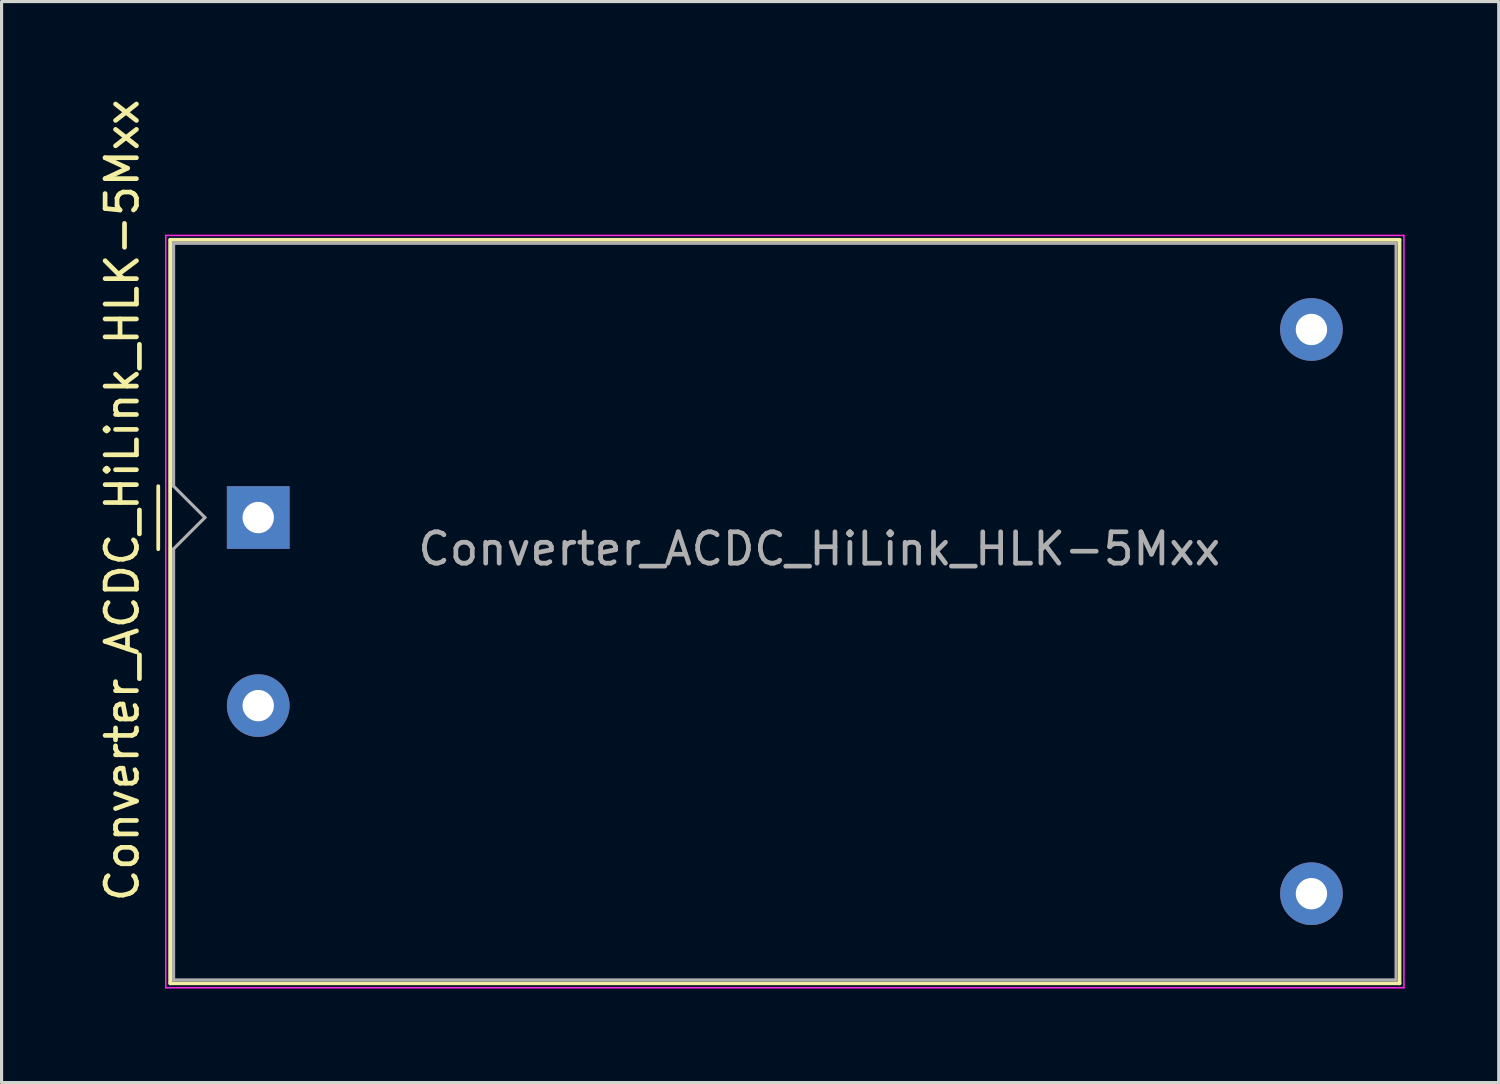
<source format=kicad_pcb>
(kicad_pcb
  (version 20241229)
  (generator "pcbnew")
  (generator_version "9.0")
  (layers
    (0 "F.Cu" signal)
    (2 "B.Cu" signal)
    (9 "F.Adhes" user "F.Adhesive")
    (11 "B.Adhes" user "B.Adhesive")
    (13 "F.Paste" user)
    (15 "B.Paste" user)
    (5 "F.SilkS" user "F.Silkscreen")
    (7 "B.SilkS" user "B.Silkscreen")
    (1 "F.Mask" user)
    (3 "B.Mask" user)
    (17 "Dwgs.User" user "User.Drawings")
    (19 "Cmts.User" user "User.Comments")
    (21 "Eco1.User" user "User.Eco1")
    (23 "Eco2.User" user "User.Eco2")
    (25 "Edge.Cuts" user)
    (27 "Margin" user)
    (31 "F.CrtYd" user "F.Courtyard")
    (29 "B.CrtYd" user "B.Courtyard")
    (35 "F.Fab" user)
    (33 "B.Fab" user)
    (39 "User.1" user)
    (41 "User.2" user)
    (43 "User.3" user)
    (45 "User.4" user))
  (footprint "Converter_ACDC_HiLink_HLK-5Mxx"
    (layer "F.Cu")
    (at 5.188 13.461)
    (property "Reference" "Converter_ACDC_HiLink_HLK-5Mxx" (at -4.34 -0.55 90) (layer "F.SilkS") (effects (font (size 1 1) (thickness 0.15))))
    (attr through_hole)
    (fp_line (start -3.19 -1) (end -3.19 1.01) (stroke (width 0.12) (type solid)) (layer "F.SilkS"))
    (fp_line (start -2.81 -8.86) (end -2.81 14.86) (stroke (width 0.12) (type solid)) (layer "F.SilkS"))
    (fp_line (start -2.8 14.86) (end 36.41 14.86) (stroke (width 0.12) (type solid)) (layer "F.SilkS"))
    (fp_line (start 36.41 -8.86) (end -2.8 -8.86) (stroke (width 0.12) (type solid)) (layer "F.SilkS"))
    (fp_line (start 36.41 14.86) (end 36.41 -8.86) (stroke (width 0.12) (type solid)) (layer "F.SilkS"))
    (fp_line (start -2.95 -9) (end -2.95 15) (stroke (width 0.05) (type solid)) (layer "F.CrtYd"))
    (fp_line (start -2.95 15) (end 36.55 15) (stroke (width 0.05) (type solid)) (layer "F.CrtYd"))
    (fp_line (start 36.55 -9) (end -2.95 -9) (stroke (width 0.05) (type solid)) (layer "F.CrtYd"))
    (fp_line (start 36.55 15) (end 36.55 -9) (stroke (width 0.05) (type solid)) (layer "F.CrtYd"))
    (fp_line (start -2.7 -8.75) (end 36.3 -8.75) (stroke (width 0.1) (type solid)) (layer "F.Fab"))
    (fp_line (start -2.7 -1) (end -2.7 -8.75) (stroke (width 0.1) (type solid)) (layer "F.Fab"))
    (fp_line (start -2.7 -1) (end -1.7 0) (stroke (width 0.1) (type solid)) (layer "F.Fab"))
    (fp_line (start -2.7 14.75) (end -2.7 1) (stroke (width 0.1) (type solid)) (layer "F.Fab"))
    (fp_line (start -2.7 14.75) (end 36.3 14.75) (stroke (width 0.1) (type solid)) (layer "F.Fab"))
    (fp_line (start -1.7 0) (end -2.7 1) (stroke (width 0.1) (type solid)) (layer "F.Fab"))
    (fp_line (start 36.3 14.75) (end 36.3 -8.75) (stroke (width 0.1) (type solid)) (layer "F.Fab"))
    (fp_text user "${REFERENCE}" (at 17.9 1 0) (layer "F.Fab") (effects (font (size 1 1) (thickness 0.15))))
    (pad "1" thru_hole rect (at 0 0) (size 2 2) (drill 1) (layers "*.Cu" "*.Mask"))
    (pad "2" thru_hole circle (at 0 6) (size 2 2) (drill 1) (layers "*.Cu" "*.Mask"))
    (pad "3" thru_hole circle (at 33.6 -6) (size 2 2) (drill 1) (layers "*.Cu" "*.Mask"))
    (pad "4" thru_hole circle (at 33.6 12) (size 2 2) (drill 1) (layers "*.Cu" "*.Mask")))
  (gr_rect
    (start -3 -3)
    (end 44.763 31.486)
    (stroke (width 0.1) (type default))
    (fill no)
    (layer "Edge.Cuts")))
</source>
